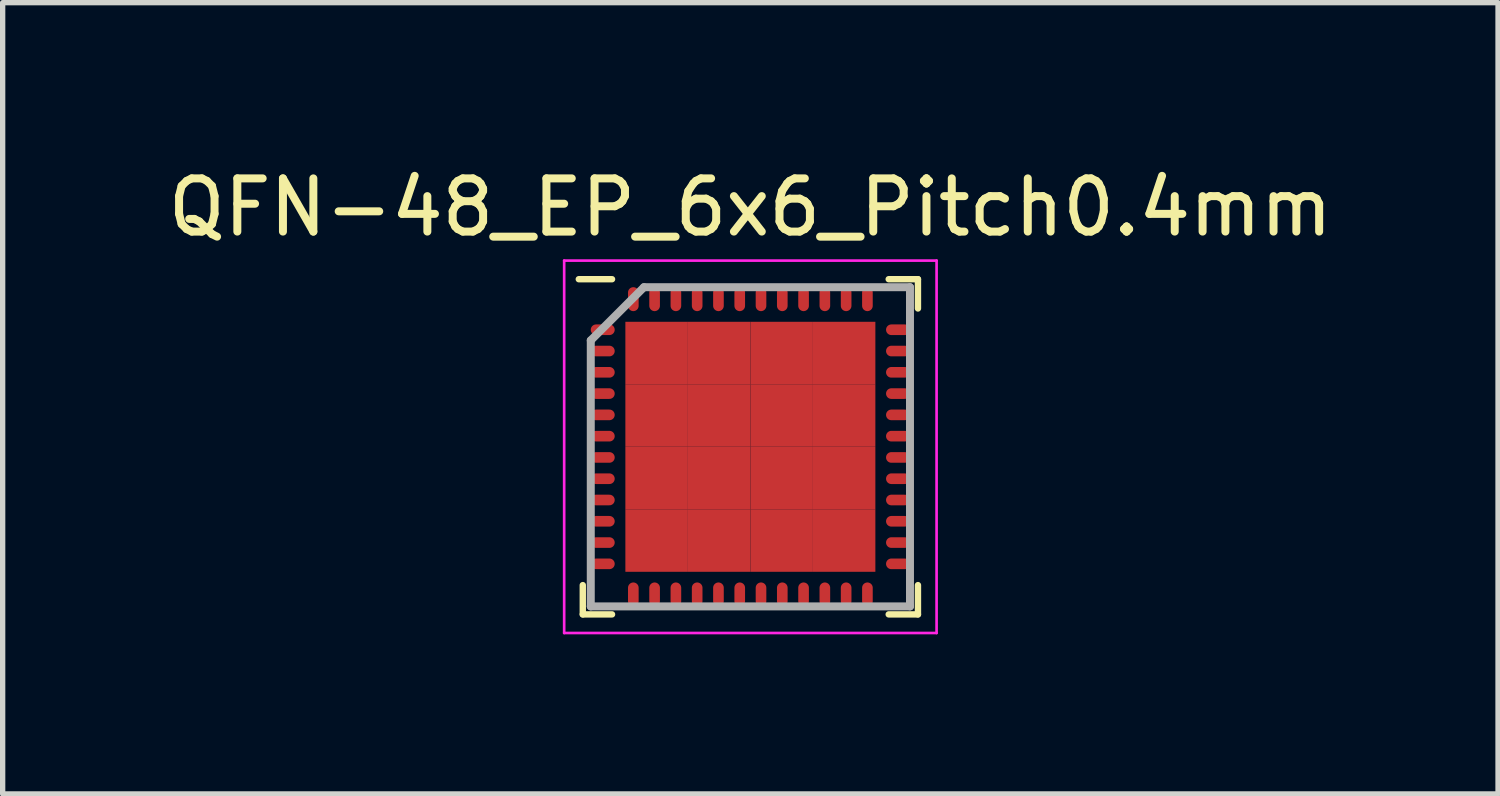
<source format=kicad_pcb>
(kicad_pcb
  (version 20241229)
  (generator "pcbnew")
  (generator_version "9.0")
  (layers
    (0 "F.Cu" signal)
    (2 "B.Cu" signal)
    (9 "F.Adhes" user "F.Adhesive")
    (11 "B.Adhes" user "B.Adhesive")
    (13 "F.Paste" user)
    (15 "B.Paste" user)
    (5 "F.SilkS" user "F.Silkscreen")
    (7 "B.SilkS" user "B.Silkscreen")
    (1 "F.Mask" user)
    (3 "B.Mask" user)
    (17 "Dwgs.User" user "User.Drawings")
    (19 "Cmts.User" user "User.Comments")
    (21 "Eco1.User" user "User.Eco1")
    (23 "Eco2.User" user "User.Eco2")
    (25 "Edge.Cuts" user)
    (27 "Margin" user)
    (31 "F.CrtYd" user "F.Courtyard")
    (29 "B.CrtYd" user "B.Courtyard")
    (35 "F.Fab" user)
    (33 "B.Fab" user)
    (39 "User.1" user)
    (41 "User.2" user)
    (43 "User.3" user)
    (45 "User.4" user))
  (footprint "QFN-48_EP_6x6_Pitch0.4mm"
    (layer "F.Cu")
    (at 11.054 5.348)
    (property "Reference" "QFN-48_EP_6x6_Pitch0.4mm" (at 0 -4.5 0) (layer "F.SilkS") (effects (font (size 1 1) (thickness 0.15))))
    (attr smd)
    (fp_line (start -3.15 3.15) (end -3.15 2.6) (stroke (width 0.12) (type solid)) (layer "F.SilkS"))
    (fp_line (start -2.6 -3.15) (end -3.225 -3.15) (stroke (width 0.12) (type solid)) (layer "F.SilkS"))
    (fp_line (start -2.6 3.15) (end -3.15 3.15) (stroke (width 0.12) (type solid)) (layer "F.SilkS"))
    (fp_line (start 2.6 -3.15) (end 3.15 -3.15) (stroke (width 0.12) (type solid)) (layer "F.SilkS"))
    (fp_line (start 2.6 3.15) (end 3.15 3.15) (stroke (width 0.12) (type solid)) (layer "F.SilkS"))
    (fp_line (start 3.15 -3.15) (end 3.15 -2.6) (stroke (width 0.12) (type solid)) (layer "F.SilkS"))
    (fp_line (start 3.15 3.15) (end 3.15 2.6) (stroke (width 0.12) (type solid)) (layer "F.SilkS"))
    (fp_line (start -3.5 -3.5) (end 3.5 -3.5) (stroke (width 0.05) (type solid)) (layer "F.CrtYd"))
    (fp_line (start -3.5 3.5) (end -3.5 -3.5) (stroke (width 0.05) (type solid)) (layer "F.CrtYd"))
    (fp_line (start 3.5 -3.5) (end 3.5 3.5) (stroke (width 0.05) (type solid)) (layer "F.CrtYd"))
    (fp_line (start 3.5 3.5) (end -3.5 3.5) (stroke (width 0.05) (type solid)) (layer "F.CrtYd"))
    (fp_line (start -3 -2) (end -3 3) (stroke (width 0.15) (type solid)) (layer "F.Fab"))
    (fp_line (start -3 3) (end 3 3) (stroke (width 0.15) (type solid)) (layer "F.Fab"))
    (fp_line (start -2 -3) (end -3 -2) (stroke (width 0.15) (type solid)) (layer "F.Fab"))
    (fp_line (start 3 -3) (end -2 -3) (stroke (width 0.15) (type solid)) (layer "F.Fab"))
    (fp_line (start 3 3) (end 3 -3) (stroke (width 0.15) (type solid)) (layer "F.Fab"))
    (pad "1" smd oval (at -2.775 -2.2 90) (size 0.2 0.45) (layers "F.Cu" "F.Mask" "F.Paste"))
    (pad "2" smd oval (at -2.775 -1.8 90) (size 0.2 0.45) (layers "F.Cu" "F.Mask" "F.Paste"))
    (pad "3" smd oval (at -2.775 -1.4 90) (size 0.2 0.45) (layers "F.Cu" "F.Mask" "F.Paste"))
    (pad "4" smd oval (at -2.775 -1 90) (size 0.2 0.45) (layers "F.Cu" "F.Mask" "F.Paste"))
    (pad "5" smd oval (at -2.775 -0.6 90) (size 0.2 0.45) (layers "F.Cu" "F.Mask" "F.Paste"))
    (pad "6" smd oval (at -2.775 -0.2 90) (size 0.2 0.45) (layers "F.Cu" "F.Mask" "F.Paste"))
    (pad "7" smd oval (at -2.775 0.2 90) (size 0.2 0.45) (layers "F.Cu" "F.Mask" "F.Paste"))
    (pad "8" smd oval (at -2.775 0.6 90) (size 0.2 0.45) (layers "F.Cu" "F.Mask" "F.Paste"))
    (pad "9" smd oval (at -2.775 1 90) (size 0.2 0.45) (layers "F.Cu" "F.Mask" "F.Paste"))
    (pad "10" smd oval (at -2.775 1.4 90) (size 0.2 0.45) (layers "F.Cu" "F.Mask" "F.Paste"))
    (pad "11" smd oval (at -2.775 1.8 90) (size 0.2 0.45) (layers "F.Cu" "F.Mask" "F.Paste"))
    (pad "12" smd oval (at -2.775 2.2 90) (size 0.2 0.45) (layers "F.Cu" "F.Mask" "F.Paste"))
    (pad "13" smd oval (at -2.2 2.775) (size 0.2 0.45) (layers "F.Cu" "F.Mask" "F.Paste"))
    (pad "14" smd oval (at -1.8 2.775) (size 0.2 0.45) (layers "F.Cu" "F.Mask" "F.Paste"))
    (pad "15" smd oval (at -1.4 2.775) (size 0.2 0.45) (layers "F.Cu" "F.Mask" "F.Paste"))
    (pad "16" smd oval (at -1 2.775) (size 0.2 0.45) (layers "F.Cu" "F.Mask" "F.Paste"))
    (pad "17" smd oval (at -0.6 2.775) (size 0.2 0.45) (layers "F.Cu" "F.Mask" "F.Paste"))
    (pad "18" smd oval (at -0.2 2.775) (size 0.2 0.45) (layers "F.Cu" "F.Mask" "F.Paste"))
    (pad "19" smd oval (at 0.2 2.775) (size 0.2 0.45) (layers "F.Cu" "F.Mask" "F.Paste"))
    (pad "20" smd oval (at 0.6 2.775) (size 0.2 0.45) (layers "F.Cu" "F.Mask" "F.Paste"))
    (pad "21" smd oval (at 1 2.775) (size 0.2 0.45) (layers "F.Cu" "F.Mask" "F.Paste"))
    (pad "22" smd oval (at 1.4 2.775) (size 0.2 0.45) (layers "F.Cu" "F.Mask" "F.Paste"))
    (pad "23" smd oval (at 1.8 2.775) (size 0.2 0.45) (layers "F.Cu" "F.Mask" "F.Paste"))
    (pad "24" smd oval (at 2.2 2.775) (size 0.2 0.45) (layers "F.Cu" "F.Mask" "F.Paste"))
    (pad "25" smd oval (at 2.775 2.2 90) (size 0.2 0.45) (layers "F.Cu" "F.Mask" "F.Paste"))
    (pad "26" smd oval (at 2.775 1.8 90) (size 0.2 0.45) (layers "F.Cu" "F.Mask" "F.Paste"))
    (pad "27" smd oval (at 2.775 1.4 90) (size 0.2 0.45) (layers "F.Cu" "F.Mask" "F.Paste"))
    (pad "28" smd oval (at 2.775 1 90) (size 0.2 0.45) (layers "F.Cu" "F.Mask" "F.Paste"))
    (pad "29" smd oval (at 2.775 0.6 90) (size 0.2 0.45) (layers "F.Cu" "F.Mask" "F.Paste"))
    (pad "30" smd oval (at 2.775 0.2 90) (size 0.2 0.45) (layers "F.Cu" "F.Mask" "F.Paste"))
    (pad "31" smd oval (at 2.775 -0.2 90) (size 0.2 0.45) (layers "F.Cu" "F.Mask" "F.Paste"))
    (pad "32" smd oval (at 2.775 -0.6 90) (size 0.2 0.45) (layers "F.Cu" "F.Mask" "F.Paste"))
    (pad "33" smd oval (at 2.775 -1 90) (size 0.2 0.45) (layers "F.Cu" "F.Mask" "F.Paste"))
    (pad "34" smd oval (at 2.775 -1.4 90) (size 0.2 0.45) (layers "F.Cu" "F.Mask" "F.Paste"))
    (pad "35" smd oval (at 2.775 -1.8 90) (size 0.2 0.45) (layers "F.Cu" "F.Mask" "F.Paste"))
    (pad "36" smd oval (at 2.775 -2.2 90) (size 0.2 0.45) (layers "F.Cu" "F.Mask" "F.Paste"))
    (pad "37" smd oval (at 2.2 -2.775) (size 0.2 0.45) (layers "F.Cu" "F.Mask" "F.Paste"))
    (pad "38" smd oval (at 1.8 -2.775) (size 0.2 0.45) (layers "F.Cu" "F.Mask" "F.Paste"))
    (pad "39" smd oval (at 1.4 -2.775) (size 0.2 0.45) (layers "F.Cu" "F.Mask" "F.Paste"))
    (pad "40" smd oval (at 1 -2.775) (size 0.2 0.45) (layers "F.Cu" "F.Mask" "F.Paste"))
    (pad "41" smd oval (at 0.6 -2.775) (size 0.2 0.45) (layers "F.Cu" "F.Mask" "F.Paste"))
    (pad "42" smd oval (at 0.2 -2.775) (size 0.2 0.45) (layers "F.Cu" "F.Mask" "F.Paste"))
    (pad "43" smd oval (at -0.2 -2.775) (size 0.2 0.45) (layers "F.Cu" "F.Mask" "F.Paste"))
    (pad "44" smd oval (at -0.6 -2.775) (size 0.2 0.45) (layers "F.Cu" "F.Mask" "F.Paste"))
    (pad "45" smd oval (at -1 -2.775) (size 0.2 0.45) (layers "F.Cu" "F.Mask" "F.Paste"))
    (pad "46" smd oval (at -1.4 -2.775) (size 0.2 0.45) (layers "F.Cu" "F.Mask" "F.Paste"))
    (pad "47" smd oval (at -1.8 -2.775) (size 0.2 0.45) (layers "F.Cu" "F.Mask" "F.Paste"))
    (pad "48" smd oval (at -2.2 -2.775) (size 0.2 0.45) (layers "F.Cu" "F.Mask" "F.Paste"))
    (pad "49" smd rect (at -1.762 -1.762) (size 1.175 1.175) (layers "F.Cu" "F.Mask" "F.Paste"))
    (pad "49" smd rect (at -1.762 -0.588) (size 1.175 1.175) (layers "F.Cu" "F.Mask" "F.Paste"))
    (pad "49" smd rect (at -1.762 0.588) (size 1.175 1.175) (layers "F.Cu" "F.Mask" "F.Paste"))
    (pad "49" smd rect (at -1.762 1.762) (size 1.175 1.175) (layers "F.Cu" "F.Mask" "F.Paste"))
    (pad "49" smd rect (at -0.588 -1.762) (size 1.175 1.175) (layers "F.Cu" "F.Mask" "F.Paste"))
    (pad "49" smd rect (at -0.588 -0.588) (size 1.175 1.175) (layers "F.Cu" "F.Mask" "F.Paste"))
    (pad "49" smd rect (at -0.588 0.588) (size 1.175 1.175) (layers "F.Cu" "F.Mask" "F.Paste"))
    (pad "49" smd rect (at -0.588 1.762) (size 1.175 1.175) (layers "F.Cu" "F.Mask" "F.Paste"))
    (pad "49" smd rect (at 0.588 -1.762) (size 1.175 1.175) (layers "F.Cu" "F.Mask" "F.Paste"))
    (pad "49" smd rect (at 0.588 -0.588) (size 1.175 1.175) (layers "F.Cu" "F.Mask" "F.Paste"))
    (pad "49" smd rect (at 0.588 0.588) (size 1.175 1.175) (layers "F.Cu" "F.Mask" "F.Paste"))
    (pad "49" smd rect (at 0.588 1.762) (size 1.175 1.175) (layers "F.Cu" "F.Mask" "F.Paste"))
    (pad "49" smd rect (at 1.762 -1.762) (size 1.175 1.175) (layers "F.Cu" "F.Mask" "F.Paste"))
    (pad "49" smd rect (at 1.762 -0.588) (size 1.175 1.175) (layers "F.Cu" "F.Mask" "F.Paste"))
    (pad "49" smd rect (at 1.762 0.588) (size 1.175 1.175) (layers "F.Cu" "F.Mask" "F.Paste"))
    (pad "49" smd rect (at 1.762 1.762) (size 1.175 1.175) (layers "F.Cu" "F.Mask" "F.Paste")))
  (gr_rect
    (start -3 -3)
    (end 25.107 11.873)
    (stroke (width 0.1) (type default))
    (fill no)
    (layer "Edge.Cuts")))
</source>
